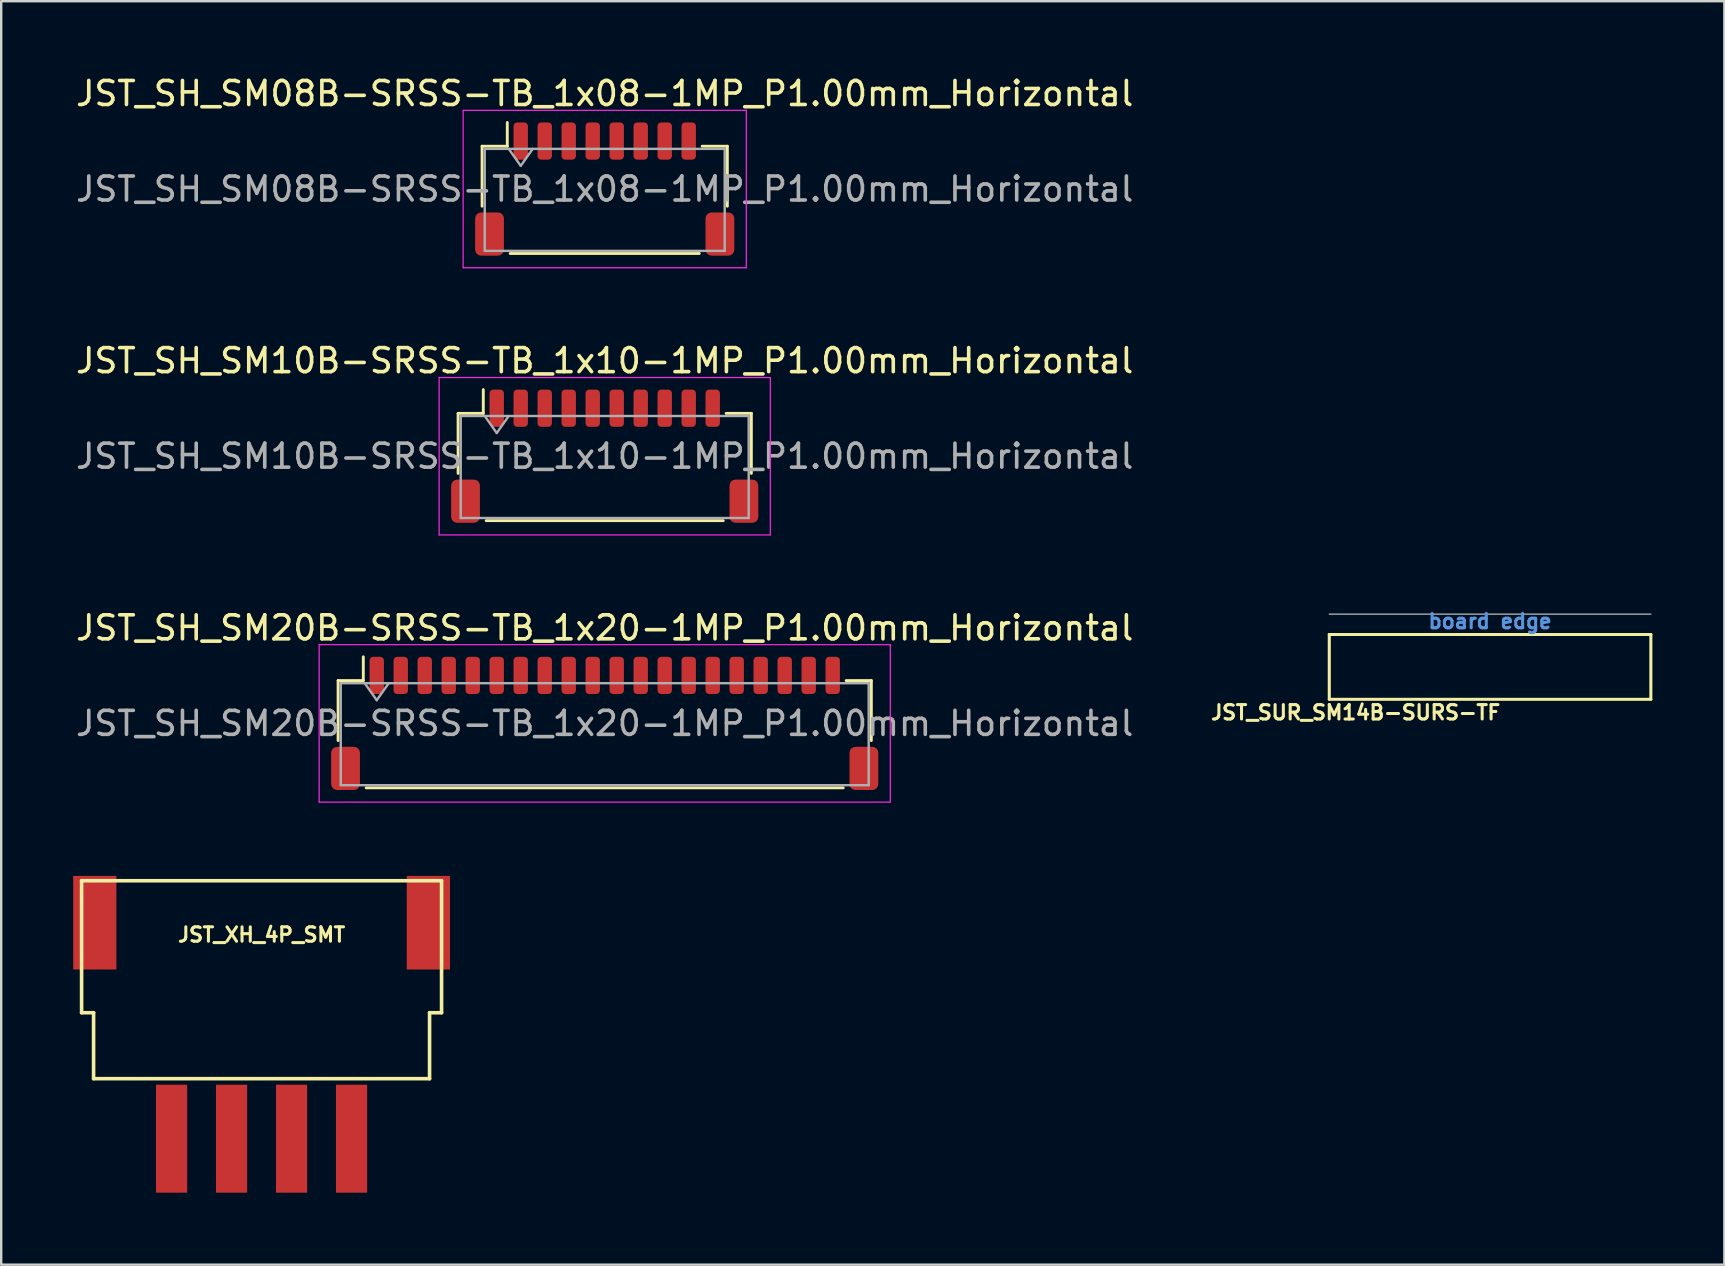
<source format=kicad_pcb>
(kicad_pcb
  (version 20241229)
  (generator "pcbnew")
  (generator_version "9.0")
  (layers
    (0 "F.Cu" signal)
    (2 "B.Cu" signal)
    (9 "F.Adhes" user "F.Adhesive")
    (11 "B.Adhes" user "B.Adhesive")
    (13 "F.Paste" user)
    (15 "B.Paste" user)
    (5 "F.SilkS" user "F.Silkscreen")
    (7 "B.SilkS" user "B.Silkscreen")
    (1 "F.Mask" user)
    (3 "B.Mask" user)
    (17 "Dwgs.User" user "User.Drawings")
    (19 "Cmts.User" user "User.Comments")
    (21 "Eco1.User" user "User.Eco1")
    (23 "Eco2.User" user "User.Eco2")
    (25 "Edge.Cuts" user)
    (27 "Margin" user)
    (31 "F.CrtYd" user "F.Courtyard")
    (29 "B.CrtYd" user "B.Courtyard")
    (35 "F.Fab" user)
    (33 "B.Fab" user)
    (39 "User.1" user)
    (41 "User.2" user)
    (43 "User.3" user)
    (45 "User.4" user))
  (footprint "JST_XH_4P_SMT"
    (layer "F.Cu")
    (at 7.85 33.65)
    (property "Reference" "JST_XH_4P_SMT" (at 0 2.25 0) (layer "F.SilkS") (effects (font (size 0.6 0.6) (thickness 0.127))))
    (attr smd)
    (fp_line (start -7.5 0) (end -7.5 5.5) (stroke (width 0.15) (type solid)) (layer "F.SilkS"))
    (fp_line (start -7.5 5.5) (end -7 5.5) (stroke (width 0.15) (type solid)) (layer "F.SilkS"))
    (fp_line (start -7 5.5) (end -7 8.25) (stroke (width 0.15) (type solid)) (layer "F.SilkS"))
    (fp_line (start -7 8.25) (end 7 8.25) (stroke (width 0.15) (type solid)) (layer "F.SilkS"))
    (fp_line (start 7 5.5) (end 7.5 5.5) (stroke (width 0.15) (type solid)) (layer "F.SilkS"))
    (fp_line (start 7 8.25) (end 7 5.5) (stroke (width 0.15) (type solid)) (layer "F.SilkS"))
    (fp_line (start 7.5 0) (end -7.5 0) (stroke (width 0.15) (type solid)) (layer "F.SilkS"))
    (fp_line (start 7.5 5.5) (end 7.5 0) (stroke (width 0.15) (type solid)) (layer "F.SilkS"))
    (pad "1" smd rect (at 3.75 10.75) (size 1.3 4.5) (layers "F.Cu" "F.Mask" "F.Paste"))
    (pad "2" smd rect (at 1.25 10.75) (size 1.3 4.5) (layers "F.Cu" "F.Mask" "F.Paste"))
    (pad "3" smd rect (at -1.25 10.75) (size 1.3 4.5) (layers "F.Cu" "F.Mask" "F.Paste"))
    (pad "4" smd rect (at -3.75 10.75) (size 1.3 4.5) (layers "F.Cu" "F.Mask" "F.Paste"))
    (pad "5" smd rect (at -6.95 1.75) (size 1.8 3.9) (layers "F.Cu" "F.Mask" "F.Paste"))
    (pad "5" smd rect (at 6.95 1.75) (size 1.8 3.9) (layers "F.Cu" "F.Mask" "F.Paste")))
  (footprint "JST_SUR_SM14B-SURS-TF"
    (layer "F.Cu")
    (at 59.042 24.74)
    (property "Reference" "JST_SUR_SM14B-SURS-TF" (at -5.6 1.9 0) (layer "F.SilkS") (effects (font (size 0.6 0.6) (thickness 0.127))))
    (attr smd)
    (fp_line (start -6.7 -1.35) (end 6.7 -1.35) (stroke (width 0.127) (type solid)) (layer "F.SilkS"))
    (fp_line (start -6.7 1.35) (end -6.7 -1.35) (stroke (width 0.127) (type solid)) (layer "F.SilkS"))
    (fp_line (start 6.7 -1.35) (end 6.7 1.35) (stroke (width 0.127) (type solid)) (layer "F.SilkS"))
    (fp_line (start 6.7 1.35) (end -6.7 1.35) (stroke (width 0.127) (type solid)) (layer "F.SilkS"))
    (fp_line (start -6.7 -2.2) (end 6.7 -2.2) (stroke (width 0.05) (type solid)) (layer "Dwgs.User"))
    (fp_text user "board edge" (at 0 -1.9 0) (layer "Cmts.User") (effects (font (size 0.6 0.6) (thickness 0.127)))))
  (footprint "JST_SH_SM08B-SRSS-TB_1x08-1MP_P1.00mm_Horizontal"
    (layer "F.Cu")
    (at 22.149 4.828)
    (property "Reference" "JST_SH_SM08B-SRSS-TB_1x08-1MP_P1.00mm_Horizontal" (at 0 -3.98 0) (layer "F.SilkS") (effects (font (size 1 1) (thickness 0.15))))
    (attr smd)
    (fp_line (start -5.11 -1.785) (end -4.06 -1.785) (stroke (width 0.12) (type solid)) (layer "F.SilkS"))
    (fp_line (start -5.11 0.715) (end -5.11 -1.785) (stroke (width 0.12) (type solid)) (layer "F.SilkS"))
    (fp_line (start -4.06 -1.785) (end -4.06 -2.775) (stroke (width 0.12) (type solid)) (layer "F.SilkS"))
    (fp_line (start -3.94 2.685) (end 3.94 2.685) (stroke (width 0.12) (type solid)) (layer "F.SilkS"))
    (fp_line (start 5.11 -1.785) (end 4.06 -1.785) (stroke (width 0.12) (type solid)) (layer "F.SilkS"))
    (fp_line (start 5.11 0.715) (end 5.11 -1.785) (stroke (width 0.12) (type solid)) (layer "F.SilkS"))
    (fp_line (start -5.9 -3.28) (end -5.9 3.28) (stroke (width 0.05) (type solid)) (layer "F.CrtYd"))
    (fp_line (start -5.9 3.28) (end 5.9 3.28) (stroke (width 0.05) (type solid)) (layer "F.CrtYd"))
    (fp_line (start 5.9 -3.28) (end -5.9 -3.28) (stroke (width 0.05) (type solid)) (layer "F.CrtYd"))
    (fp_line (start 5.9 3.28) (end 5.9 -3.28) (stroke (width 0.05) (type solid)) (layer "F.CrtYd"))
    (fp_line (start -5 -1.675) (end -5 2.575) (stroke (width 0.1) (type solid)) (layer "F.Fab"))
    (fp_line (start -5 -1.675) (end 5 -1.675) (stroke (width 0.1) (type solid)) (layer "F.Fab"))
    (fp_line (start -5 2.575) (end 5 2.575) (stroke (width 0.1) (type solid)) (layer "F.Fab"))
    (fp_line (start -4 -1.675) (end -3.5 -0.968) (stroke (width 0.1) (type solid)) (layer "F.Fab"))
    (fp_line (start -3.5 -0.968) (end -3 -1.675) (stroke (width 0.1) (type solid)) (layer "F.Fab"))
    (fp_line (start 5 -1.675) (end 5 2.575) (stroke (width 0.1) (type solid)) (layer "F.Fab"))
    (fp_text user "${REFERENCE}" (at 0 0 0) (layer "F.Fab") (effects (font (size 1 1) (thickness 0.15))))
    (pad "1" smd roundrect (at -3.5 -2) (size 0.6 1.55) (layers "F.Cu" "F.Mask" "F.Paste") (roundrect_rratio 0.25))
    (pad "2" smd roundrect (at -2.5 -2) (size 0.6 1.55) (layers "F.Cu" "F.Mask" "F.Paste") (roundrect_rratio 0.25))
    (pad "3" smd roundrect (at -1.5 -2) (size 0.6 1.55) (layers "F.Cu" "F.Mask" "F.Paste") (roundrect_rratio 0.25))
    (pad "4" smd roundrect (at -0.5 -2) (size 0.6 1.55) (layers "F.Cu" "F.Mask" "F.Paste") (roundrect_rratio 0.25))
    (pad "5" smd roundrect (at 0.5 -2) (size 0.6 1.55) (layers "F.Cu" "F.Mask" "F.Paste") (roundrect_rratio 0.25))
    (pad "6" smd roundrect (at 1.5 -2) (size 0.6 1.55) (layers "F.Cu" "F.Mask" "F.Paste") (roundrect_rratio 0.25))
    (pad "7" smd roundrect (at 2.5 -2) (size 0.6 1.55) (layers "F.Cu" "F.Mask" "F.Paste") (roundrect_rratio 0.25))
    (pad "8" smd roundrect (at 3.5 -2) (size 0.6 1.55) (layers "F.Cu" "F.Mask" "F.Paste") (roundrect_rratio 0.25))
    (pad "MP" smd roundrect (at -4.8 1.875) (size 1.2 1.8) (layers "F.Cu" "F.Mask" "F.Paste") (roundrect_rratio 0.208))
    (pad "MP" smd roundrect (at 4.8 1.875) (size 1.2 1.8) (layers "F.Cu" "F.Mask" "F.Paste") (roundrect_rratio 0.208)))
  (footprint "JST_SH_SM20B-SRSS-TB_1x20-1MP_P1.00mm_Horizontal"
    (layer "F.Cu")
    (at 22.149 27.095)
    (property "Reference" "JST_SH_SM20B-SRSS-TB_1x20-1MP_P1.00mm_Horizontal" (at 0 -3.98 0) (layer "F.SilkS") (effects (font (size 1 1) (thickness 0.15))))
    (attr smd)
    (fp_line (start -11.11 -1.785) (end -10.06 -1.785) (stroke (width 0.12) (type solid)) (layer "F.SilkS"))
    (fp_line (start -11.11 0.715) (end -11.11 -1.785) (stroke (width 0.12) (type solid)) (layer "F.SilkS"))
    (fp_line (start -10.06 -1.785) (end -10.06 -2.775) (stroke (width 0.12) (type solid)) (layer "F.SilkS"))
    (fp_line (start -9.94 2.685) (end 9.94 2.685) (stroke (width 0.12) (type solid)) (layer "F.SilkS"))
    (fp_line (start 11.11 -1.785) (end 10.06 -1.785) (stroke (width 0.12) (type solid)) (layer "F.SilkS"))
    (fp_line (start 11.11 0.715) (end 11.11 -1.785) (stroke (width 0.12) (type solid)) (layer "F.SilkS"))
    (fp_line (start -11.9 -3.28) (end -11.9 3.28) (stroke (width 0.05) (type solid)) (layer "F.CrtYd"))
    (fp_line (start -11.9 3.28) (end 11.9 3.28) (stroke (width 0.05) (type solid)) (layer "F.CrtYd"))
    (fp_line (start 11.9 -3.28) (end -11.9 -3.28) (stroke (width 0.05) (type solid)) (layer "F.CrtYd"))
    (fp_line (start 11.9 3.28) (end 11.9 -3.28) (stroke (width 0.05) (type solid)) (layer "F.CrtYd"))
    (fp_line (start -11 -1.675) (end -11 2.575) (stroke (width 0.1) (type solid)) (layer "F.Fab"))
    (fp_line (start -11 -1.675) (end 11 -1.675) (stroke (width 0.1) (type solid)) (layer "F.Fab"))
    (fp_line (start -11 2.575) (end 11 2.575) (stroke (width 0.1) (type solid)) (layer "F.Fab"))
    (fp_line (start -10 -1.675) (end -9.5 -0.968) (stroke (width 0.1) (type solid)) (layer "F.Fab"))
    (fp_line (start -9.5 -0.968) (end -9 -1.675) (stroke (width 0.1) (type solid)) (layer "F.Fab"))
    (fp_line (start 11 -1.675) (end 11 2.575) (stroke (width 0.1) (type solid)) (layer "F.Fab"))
    (fp_text user "${REFERENCE}" (at 0 0 0) (layer "F.Fab") (effects (font (size 1 1) (thickness 0.15))))
    (pad "1" smd roundrect (at -9.5 -2) (size 0.6 1.55) (layers "F.Cu" "F.Mask" "F.Paste") (roundrect_rratio 0.25))
    (pad "2" smd roundrect (at -8.5 -2) (size 0.6 1.55) (layers "F.Cu" "F.Mask" "F.Paste") (roundrect_rratio 0.25))
    (pad "3" smd roundrect (at -7.5 -2) (size 0.6 1.55) (layers "F.Cu" "F.Mask" "F.Paste") (roundrect_rratio 0.25))
    (pad "4" smd roundrect (at -6.5 -2) (size 0.6 1.55) (layers "F.Cu" "F.Mask" "F.Paste") (roundrect_rratio 0.25))
    (pad "5" smd roundrect (at -5.5 -2) (size 0.6 1.55) (layers "F.Cu" "F.Mask" "F.Paste") (roundrect_rratio 0.25))
    (pad "6" smd roundrect (at -4.5 -2) (size 0.6 1.55) (layers "F.Cu" "F.Mask" "F.Paste") (roundrect_rratio 0.25))
    (pad "7" smd roundrect (at -3.5 -2) (size 0.6 1.55) (layers "F.Cu" "F.Mask" "F.Paste") (roundrect_rratio 0.25))
    (pad "8" smd roundrect (at -2.5 -2) (size 0.6 1.55) (layers "F.Cu" "F.Mask" "F.Paste") (roundrect_rratio 0.25))
    (pad "9" smd roundrect (at -1.5 -2) (size 0.6 1.55) (layers "F.Cu" "F.Mask" "F.Paste") (roundrect_rratio 0.25))
    (pad "10" smd roundrect (at -0.5 -2) (size 0.6 1.55) (layers "F.Cu" "F.Mask" "F.Paste") (roundrect_rratio 0.25))
    (pad "11" smd roundrect (at 0.5 -2) (size 0.6 1.55) (layers "F.Cu" "F.Mask" "F.Paste") (roundrect_rratio 0.25))
    (pad "12" smd roundrect (at 1.5 -2) (size 0.6 1.55) (layers "F.Cu" "F.Mask" "F.Paste") (roundrect_rratio 0.25))
    (pad "13" smd roundrect (at 2.5 -2) (size 0.6 1.55) (layers "F.Cu" "F.Mask" "F.Paste") (roundrect_rratio 0.25))
    (pad "14" smd roundrect (at 3.5 -2) (size 0.6 1.55) (layers "F.Cu" "F.Mask" "F.Paste") (roundrect_rratio 0.25))
    (pad "15" smd roundrect (at 4.5 -2) (size 0.6 1.55) (layers "F.Cu" "F.Mask" "F.Paste") (roundrect_rratio 0.25))
    (pad "16" smd roundrect (at 5.5 -2) (size 0.6 1.55) (layers "F.Cu" "F.Mask" "F.Paste") (roundrect_rratio 0.25))
    (pad "17" smd roundrect (at 6.5 -2) (size 0.6 1.55) (layers "F.Cu" "F.Mask" "F.Paste") (roundrect_rratio 0.25))
    (pad "18" smd roundrect (at 7.5 -2) (size 0.6 1.55) (layers "F.Cu" "F.Mask" "F.Paste") (roundrect_rratio 0.25))
    (pad "19" smd roundrect (at 8.5 -2) (size 0.6 1.55) (layers "F.Cu" "F.Mask" "F.Paste") (roundrect_rratio 0.25))
    (pad "20" smd roundrect (at 9.5 -2) (size 0.6 1.55) (layers "F.Cu" "F.Mask" "F.Paste") (roundrect_rratio 0.25))
    (pad "MP" smd roundrect (at -10.8 1.875) (size 1.2 1.8) (layers "F.Cu" "F.Mask" "F.Paste") (roundrect_rratio 0.208))
    (pad "MP" smd roundrect (at 10.8 1.875) (size 1.2 1.8) (layers "F.Cu" "F.Mask" "F.Paste") (roundrect_rratio 0.208)))
  (footprint "JST_SH_SM10B-SRSS-TB_1x10-1MP_P1.00mm_Horizontal"
    (layer "F.Cu")
    (at 22.149 15.961)
    (property "Reference" "JST_SH_SM10B-SRSS-TB_1x10-1MP_P1.00mm_Horizontal" (at 0 -3.98 0) (layer "F.SilkS") (effects (font (size 1 1) (thickness 0.15))))
    (attr smd)
    (fp_line (start -6.11 -1.785) (end -5.06 -1.785) (stroke (width 0.12) (type solid)) (layer "F.SilkS"))
    (fp_line (start -6.11 0.715) (end -6.11 -1.785) (stroke (width 0.12) (type solid)) (layer "F.SilkS"))
    (fp_line (start -5.06 -1.785) (end -5.06 -2.775) (stroke (width 0.12) (type solid)) (layer "F.SilkS"))
    (fp_line (start -4.94 2.685) (end 4.94 2.685) (stroke (width 0.12) (type solid)) (layer "F.SilkS"))
    (fp_line (start 6.11 -1.785) (end 5.06 -1.785) (stroke (width 0.12) (type solid)) (layer "F.SilkS"))
    (fp_line (start 6.11 0.715) (end 6.11 -1.785) (stroke (width 0.12) (type solid)) (layer "F.SilkS"))
    (fp_line (start -6.9 -3.28) (end -6.9 3.28) (stroke (width 0.05) (type solid)) (layer "F.CrtYd"))
    (fp_line (start -6.9 3.28) (end 6.9 3.28) (stroke (width 0.05) (type solid)) (layer "F.CrtYd"))
    (fp_line (start 6.9 -3.28) (end -6.9 -3.28) (stroke (width 0.05) (type solid)) (layer "F.CrtYd"))
    (fp_line (start 6.9 3.28) (end 6.9 -3.28) (stroke (width 0.05) (type solid)) (layer "F.CrtYd"))
    (fp_line (start -6 -1.675) (end -6 2.575) (stroke (width 0.1) (type solid)) (layer "F.Fab"))
    (fp_line (start -6 -1.675) (end 6 -1.675) (stroke (width 0.1) (type solid)) (layer "F.Fab"))
    (fp_line (start -6 2.575) (end 6 2.575) (stroke (width 0.1) (type solid)) (layer "F.Fab"))
    (fp_line (start -5 -1.675) (end -4.5 -0.968) (stroke (width 0.1) (type solid)) (layer "F.Fab"))
    (fp_line (start -4.5 -0.968) (end -4 -1.675) (stroke (width 0.1) (type solid)) (layer "F.Fab"))
    (fp_line (start 6 -1.675) (end 6 2.575) (stroke (width 0.1) (type solid)) (layer "F.Fab"))
    (fp_text user "${REFERENCE}" (at 0 0 0) (layer "F.Fab") (effects (font (size 1 1) (thickness 0.15))))
    (pad "1" smd roundrect (at -4.5 -2) (size 0.6 1.55) (layers "F.Cu" "F.Mask" "F.Paste") (roundrect_rratio 0.25))
    (pad "2" smd roundrect (at -3.5 -2) (size 0.6 1.55) (layers "F.Cu" "F.Mask" "F.Paste") (roundrect_rratio 0.25))
    (pad "3" smd roundrect (at -2.5 -2) (size 0.6 1.55) (layers "F.Cu" "F.Mask" "F.Paste") (roundrect_rratio 0.25))
    (pad "4" smd roundrect (at -1.5 -2) (size 0.6 1.55) (layers "F.Cu" "F.Mask" "F.Paste") (roundrect_rratio 0.25))
    (pad "5" smd roundrect (at -0.5 -2) (size 0.6 1.55) (layers "F.Cu" "F.Mask" "F.Paste") (roundrect_rratio 0.25))
    (pad "6" smd roundrect (at 0.5 -2) (size 0.6 1.55) (layers "F.Cu" "F.Mask" "F.Paste") (roundrect_rratio 0.25))
    (pad "7" smd roundrect (at 1.5 -2) (size 0.6 1.55) (layers "F.Cu" "F.Mask" "F.Paste") (roundrect_rratio 0.25))
    (pad "8" smd roundrect (at 2.5 -2) (size 0.6 1.55) (layers "F.Cu" "F.Mask" "F.Paste") (roundrect_rratio 0.25))
    (pad "9" smd roundrect (at 3.5 -2) (size 0.6 1.55) (layers "F.Cu" "F.Mask" "F.Paste") (roundrect_rratio 0.25))
    (pad "10" smd roundrect (at 4.5 -2) (size 0.6 1.55) (layers "F.Cu" "F.Mask" "F.Paste") (roundrect_rratio 0.25))
    (pad "MP" smd roundrect (at -5.8 1.875) (size 1.2 1.8) (layers "F.Cu" "F.Mask" "F.Paste") (roundrect_rratio 0.208))
    (pad "MP" smd roundrect (at 5.8 1.875) (size 1.2 1.8) (layers "F.Cu" "F.Mask" "F.Paste") (roundrect_rratio 0.208)))
  (gr_rect
    (start -3 -3)
    (end 68.806 49.65)
    (stroke (width 0.1) (type default))
    (fill no)
    (layer "Edge.Cuts")))
</source>
